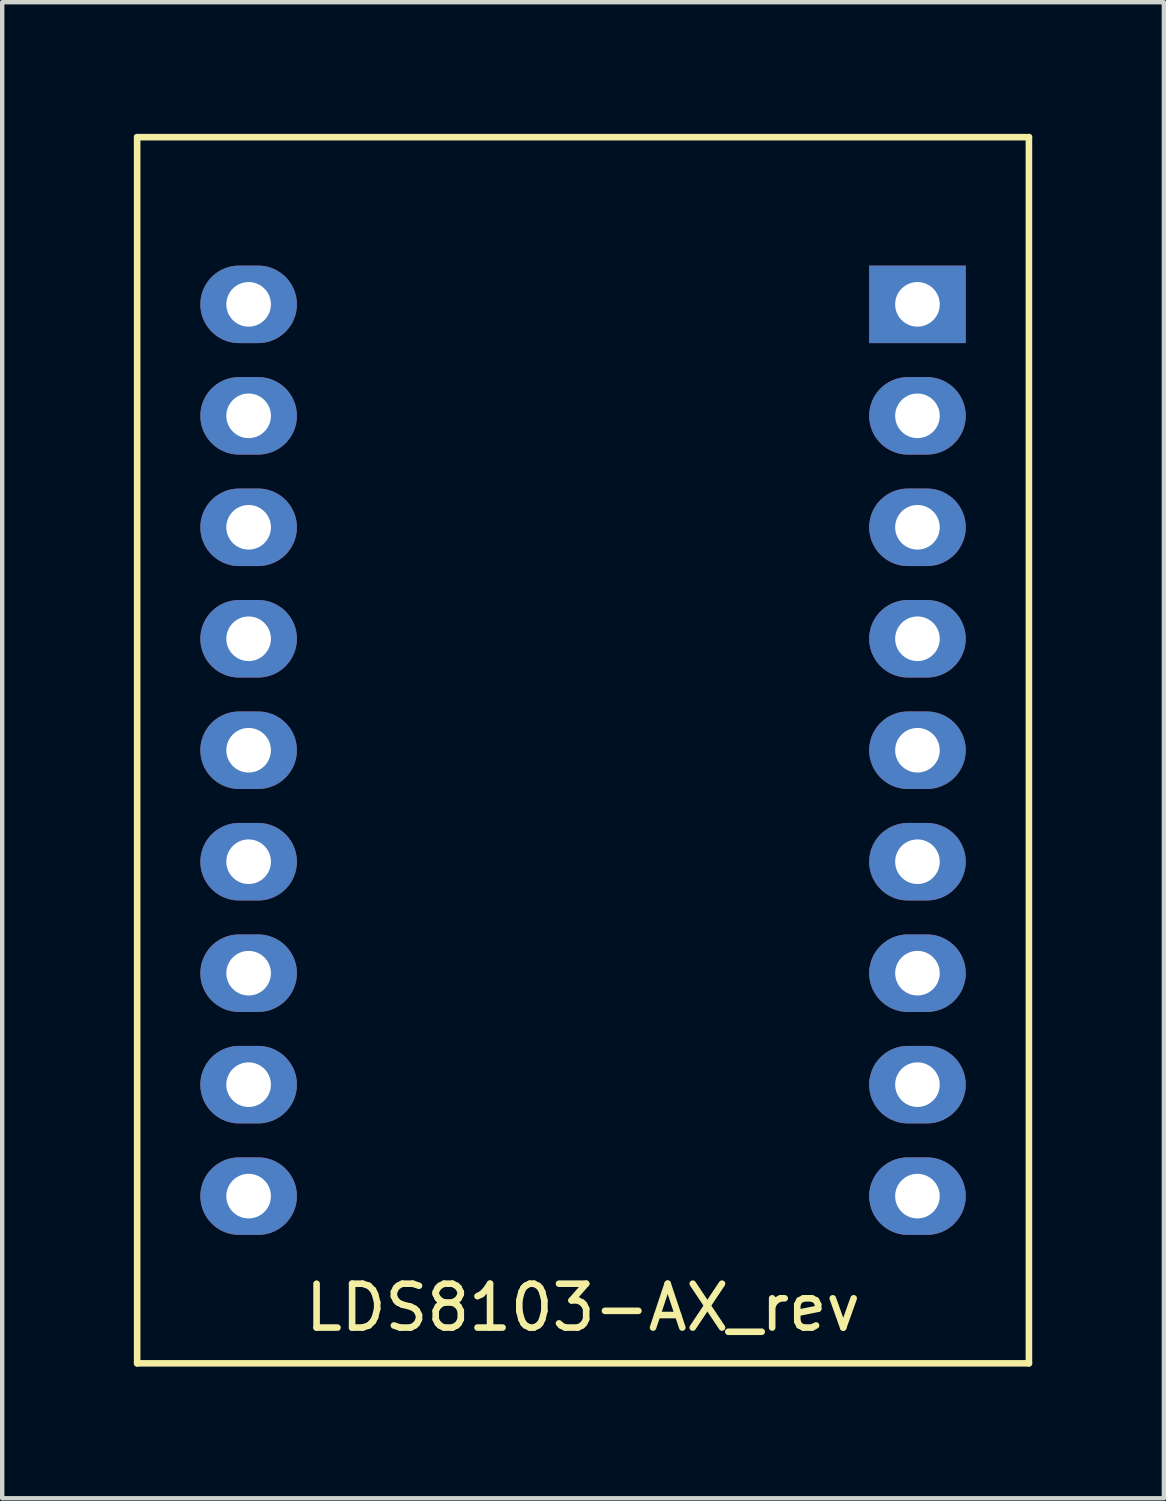
<source format=kicad_pcb>
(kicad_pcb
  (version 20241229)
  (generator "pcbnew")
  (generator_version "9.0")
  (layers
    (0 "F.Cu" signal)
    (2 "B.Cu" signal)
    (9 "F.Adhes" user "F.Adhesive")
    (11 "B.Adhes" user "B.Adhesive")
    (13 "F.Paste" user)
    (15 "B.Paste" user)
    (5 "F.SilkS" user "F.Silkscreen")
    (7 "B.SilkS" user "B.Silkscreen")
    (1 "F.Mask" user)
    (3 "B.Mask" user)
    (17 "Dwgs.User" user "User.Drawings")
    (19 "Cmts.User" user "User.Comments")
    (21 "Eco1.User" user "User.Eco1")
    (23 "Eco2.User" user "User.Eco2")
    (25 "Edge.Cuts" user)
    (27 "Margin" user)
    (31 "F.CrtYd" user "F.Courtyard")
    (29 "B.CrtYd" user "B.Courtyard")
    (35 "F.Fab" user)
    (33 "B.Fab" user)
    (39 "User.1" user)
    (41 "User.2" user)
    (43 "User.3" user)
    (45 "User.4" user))
  (footprint "LDS8103-AX_rev"
    (layer "F.Cu")
    (at 10.235 14.045)
    (property "Reference" "LDS8103-AX_rev" (at 0 12.7 0) (layer "F.SilkS") (effects (font (size 1 1) (thickness 0.15))))
    (attr through_hole)
    (fp_line (start -10.16 -13.97) (end 10.16 -13.97) (stroke (width 0.15) (type solid)) (layer "F.SilkS"))
    (fp_line (start -10.16 13.97) (end -10.16 -13.97) (stroke (width 0.15) (type solid)) (layer "F.SilkS"))
    (fp_line (start 10.16 -13.97) (end 10.16 13.97) (stroke (width 0.15) (type solid)) (layer "F.SilkS"))
    (fp_line (start 10.16 13.97) (end -10.16 13.97) (stroke (width 0.15) (type solid)) (layer "F.SilkS"))
    (pad "1" thru_hole rect (at 7.62 -10.16) (size 2.2 1.766) (drill 1.016) (layers "*.Cu" "*.Mask"))
    (pad "2" thru_hole oval (at 7.62 -7.62) (size 2.2 1.766) (drill 1.016) (layers "*.Cu" "*.Mask"))
    (pad "3" thru_hole oval (at 7.62 -5.08) (size 2.2 1.766) (drill 1.016) (layers "*.Cu" "*.Mask"))
    (pad "4" thru_hole oval (at 7.62 -2.54) (size 2.2 1.766) (drill 1.016) (layers "*.Cu" "*.Mask"))
    (pad "5" thru_hole oval (at 7.62 0) (size 2.2 1.766) (drill 1.016) (layers "*.Cu" "*.Mask"))
    (pad "6" thru_hole oval (at 7.62 2.54) (size 2.2 1.766) (drill 1.016) (layers "*.Cu" "*.Mask"))
    (pad "7" thru_hole oval (at 7.62 5.08) (size 2.2 1.766) (drill 1.016) (layers "*.Cu" "*.Mask"))
    (pad "8" thru_hole oval (at 7.62 7.62) (size 2.2 1.766) (drill 1.016) (layers "*.Cu" "*.Mask"))
    (pad "9" thru_hole oval (at 7.62 10.16) (size 2.2 1.766) (drill 1.016) (layers "*.Cu" "*.Mask"))
    (pad "10" thru_hole oval (at -7.62 10.16) (size 2.2 1.766) (drill 1.016) (layers "*.Cu" "*.Mask"))
    (pad "11" thru_hole oval (at -7.62 7.62) (size 2.2 1.766) (drill 1.016) (layers "*.Cu" "*.Mask"))
    (pad "12" thru_hole oval (at -7.62 5.08) (size 2.2 1.766) (drill 1.016) (layers "*.Cu" "*.Mask"))
    (pad "13" thru_hole oval (at -7.62 2.54) (size 2.2 1.766) (drill 1.016) (layers "*.Cu" "*.Mask"))
    (pad "14" thru_hole oval (at -7.62 0) (size 2.2 1.766) (drill 1.016) (layers "*.Cu" "*.Mask"))
    (pad "15" thru_hole oval (at -7.62 -2.54) (size 2.2 1.766) (drill 1.016) (layers "*.Cu" "*.Mask"))
    (pad "16" thru_hole oval (at -7.62 -5.08) (size 2.2 1.766) (drill 1.016) (layers "*.Cu" "*.Mask"))
    (pad "17" thru_hole oval (at -7.62 -7.62) (size 2.2 1.766) (drill 1.016) (layers "*.Cu" "*.Mask"))
    (pad "18" thru_hole oval (at -7.62 -10.16) (size 2.2 1.766) (drill 1.016) (layers "*.Cu" "*.Mask")))
  (gr_rect
    (start -3 -3)
    (end 23.47 31.09)
    (stroke (width 0.1) (type default))
    (fill no)
    (layer "Edge.Cuts")))
</source>
